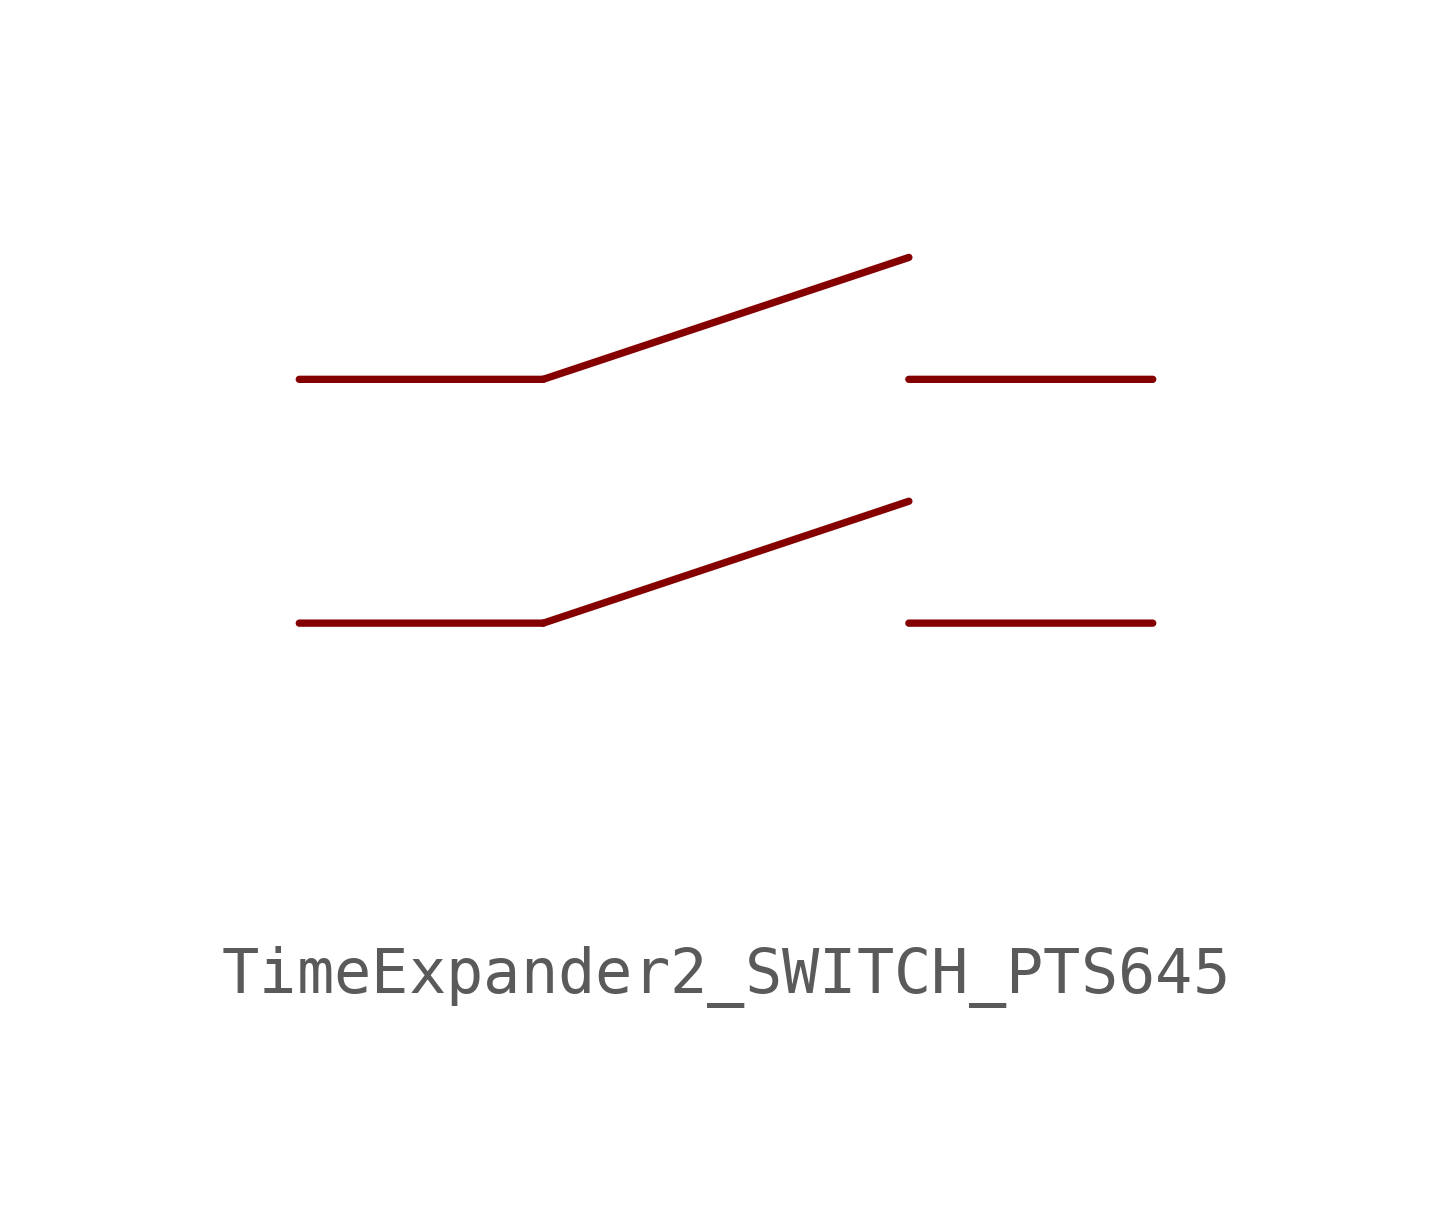
<source format=kicad_sym>
(kicad_symbol_lib
  (version 20231120)
  (generator "kicad_symbol_editor")
  (generator_version "8.0")
  (symbol "TimeExpander2_SWITCH_PTS645"
    (property "Reference" ""
      (at -20.32 12.7 0)
      (effects (font (size 1.27 1.079)) (justify left bottom) (hide yes)))
    (property "Value" ""
      (at -20.32 0 0)
      (effects (font (size 1.27 1.079)) (justify left bottom)))
    (property "ki_locked" ""
      (at 0 0 0)
      (effects (font (size 1.27 1.27))))
    (symbol "TimeExpander2_SWITCH_PTS645_1_0"
      (polyline (pts (xy -15.24 5.08) (xy -7.62 7.62)) (stroke (width 0.152) (type solid)) (fill (type none)))
      (polyline (pts (xy -15.24 10.16) (xy -7.62 12.7)) (stroke (width 0.152) (type solid)) (fill (type none)))
      (pin bidirectional line (at -20.32 5.08 0) (length 5.08) (name "A1" (effects (font (size 0 0)))) (number "A1" (effects (font (size 0 0)))))
      (pin bidirectional line (at -20.32 10.16 0) (length 5.08) (name "A2" (effects (font (size 0 0)))) (number "A2" (effects (font (size 0 0)))))
      (pin bidirectional line (at -2.54 5.08 180) (length 5.08) (name "B1" (effects (font (size 0 0)))) (number "B1" (effects (font (size 0 0)))))
      (pin bidirectional line (at -2.54 10.16 180) (length 5.08) (name "B2" (effects (font (size 0 0)))) (number "B2" (effects (font (size 0 0))))))))
</source>
